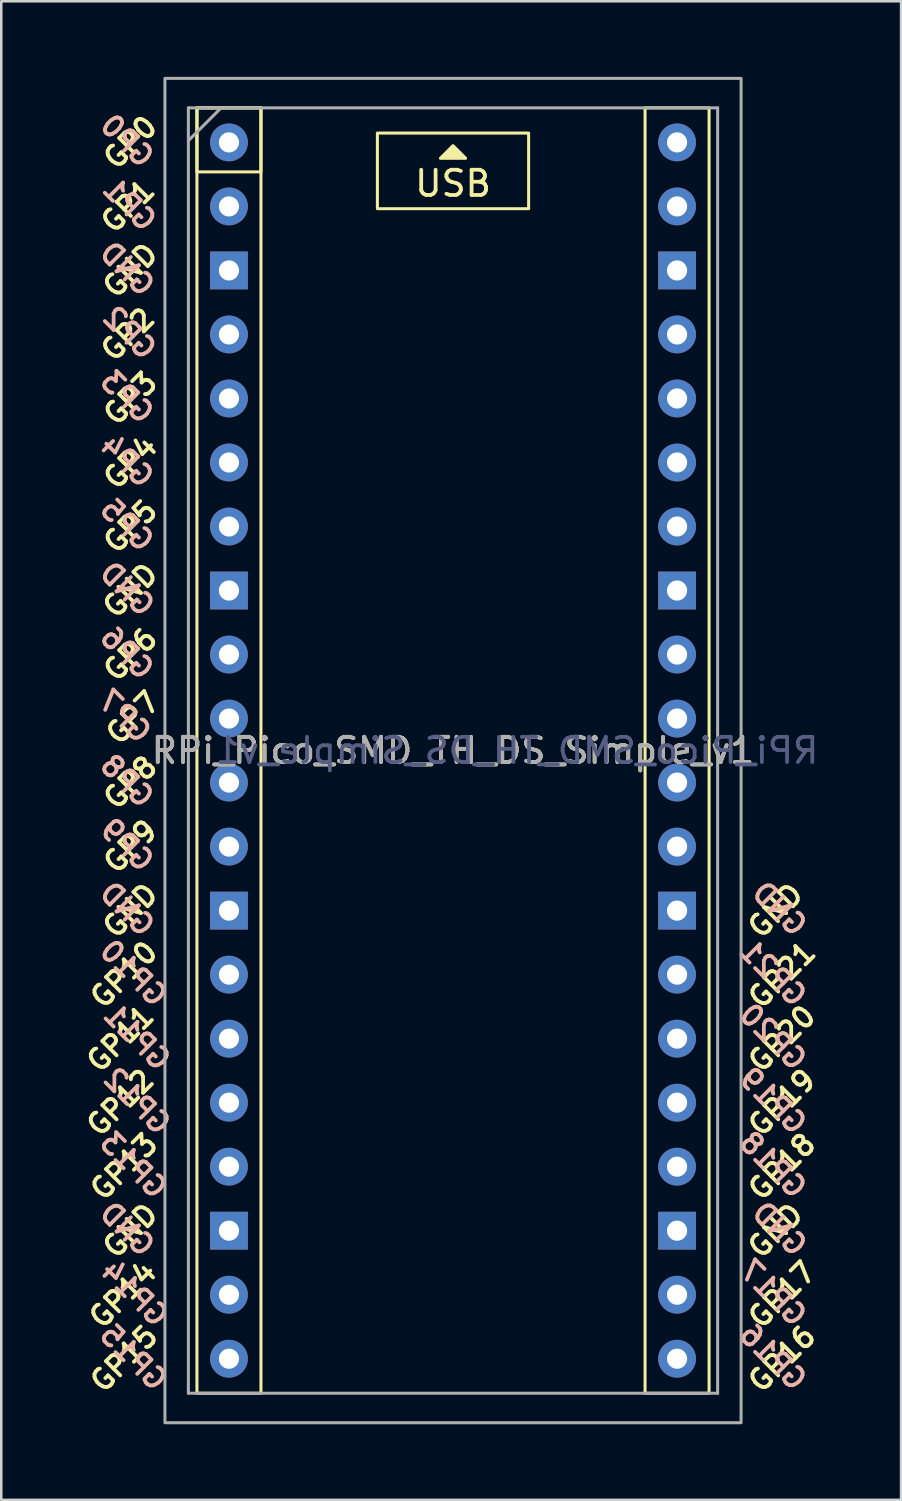
<source format=kicad_pcb>
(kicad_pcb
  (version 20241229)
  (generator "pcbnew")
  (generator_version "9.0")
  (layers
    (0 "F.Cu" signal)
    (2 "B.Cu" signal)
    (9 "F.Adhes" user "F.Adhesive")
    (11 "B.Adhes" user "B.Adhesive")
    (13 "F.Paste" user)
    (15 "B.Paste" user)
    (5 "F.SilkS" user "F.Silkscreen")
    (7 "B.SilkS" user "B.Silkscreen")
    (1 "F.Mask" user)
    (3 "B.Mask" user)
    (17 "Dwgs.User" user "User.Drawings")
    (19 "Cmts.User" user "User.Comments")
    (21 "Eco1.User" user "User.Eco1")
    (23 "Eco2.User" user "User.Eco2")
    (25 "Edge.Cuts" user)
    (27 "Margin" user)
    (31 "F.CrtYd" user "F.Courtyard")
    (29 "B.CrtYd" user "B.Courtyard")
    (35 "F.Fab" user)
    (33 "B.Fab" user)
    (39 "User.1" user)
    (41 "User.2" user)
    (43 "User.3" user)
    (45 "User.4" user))
  (footprint "RPi_Pico_SMD_TH_DS_Simple_v1"
    (layer "F.Cu")
    (at 14.851 26.73)
    (property "Reference" "RPi_Pico_SMD_TH_DS_Simple_v1" (at 0.073 0 0) (layer "F.SilkS") (effects (font (size 1 1) (thickness 0.15))))
    (attr through_hole)
    (fp_rect (start -10.087 -25.5) (end -7.547 -22.96) (stroke (width 0.12) (type default)) (fill no) (layer "F.SilkS"))
    (fp_rect (start -10.087 -25.5) (end -7.547 25.5) (stroke (width 0.12) (type default)) (fill no) (layer "F.SilkS"))
    (fp_rect (start -2.927 -24.5) (end 3.073 -21.5) (stroke (width 0.12) (type solid)) (fill no) (layer "F.SilkS"))
    (fp_rect (start 7.693 -25.5) (end 10.233 25.5) (stroke (width 0.12) (type default)) (fill no) (layer "F.SilkS"))
    (fp_poly (pts (xy 0.573 -23.5) (xy -0.427 -23.5) (xy 0.073 -24)) (stroke (width 0.12) (type solid)) (fill yes) (layer "F.SilkS"))
    (fp_line (start -10.427 -25.5) (end 10.573 -25.5) (stroke (width 0.12) (type solid)) (layer "F.Fab"))
    (fp_line (start -10.427 -24.2) (end -9.127 -25.5) (stroke (width 0.12) (type solid)) (layer "F.Fab"))
    (fp_line (start -10.427 25.5) (end -10.427 -25.5) (stroke (width 0.12) (type solid)) (layer "F.Fab"))
    (fp_line (start 10.573 -25.5) (end 10.573 25.5) (stroke (width 0.12) (type solid)) (layer "F.Fab"))
    (fp_line (start 10.573 25.5) (end -10.427 25.5) (stroke (width 0.12) (type solid)) (layer "F.Fab"))
    (fp_rect (start -11.357 -26.67) (end 11.503 26.67) (stroke (width 0.12) (type solid)) (fill no) (layer "F.Fab"))
    (fp_text user "GP13" (at -12.981 16.51 45) (layer "F.SilkS") (effects (font (size 0.8 0.8) (thickness 0.15))))
    (fp_text user "GP7" (at -12.627 -1.3 45) (layer "F.SilkS") (effects (font (size 0.8 0.8) (thickness 0.15))))
    (fp_text user "GND" (at -12.727 -6.35 45) (layer "F.SilkS") (effects (font (size 0.8 0.8) (thickness 0.15))))
    (fp_text user "GP12" (at -13.127 13.97 45) (layer "F.SilkS") (effects (font (size 0.8 0.8) (thickness 0.15))))
    (fp_text user "GP15" (at -12.981 24.13 45) (layer "F.SilkS") (effects (font (size 0.8 0.8) (thickness 0.15))))
    (fp_text user "GP2" (at -12.827 -16.51 45) (layer "F.SilkS") (effects (font (size 0.8 0.8) (thickness 0.15))))
    (fp_text user "GP0" (at -12.727 -24.13 45) (layer "F.SilkS") (effects (font (size 0.8 0.8) (thickness 0.15))))
    (fp_text user "GP17" (at 13.127 21.59 45) (layer "F.SilkS") (effects (font (size 0.8 0.8) (thickness 0.15))))
    (fp_text user "GP19" (at 13.127 13.97 45) (layer "F.SilkS") (effects (font (size 0.8 0.8) (thickness 0.15))))
    (fp_text user "GND" (at -12.727 19.05 45) (layer "F.SilkS") (effects (font (size 0.8 0.8) (thickness 0.15))))
    (fp_text user "GP10" (at -12.981 8.89 45) (layer "F.SilkS") (effects (font (size 0.8 0.8) (thickness 0.15))))
    (fp_text user "GND" (at -12.727 6.35 45) (layer "F.SilkS") (effects (font (size 0.8 0.8) (thickness 0.15))))
    (fp_text user "GP18" (at 13.127 16.51 45) (layer "F.SilkS") (effects (font (size 0.8 0.8) (thickness 0.15))))
    (fp_text user "GP11" (at -13.127 11.43 45) (layer "F.SilkS") (effects (font (size 0.8 0.8) (thickness 0.15))))
    (fp_text user "GND" (at 12.873 6.35 45) (layer "F.SilkS") (effects (font (size 0.8 0.8) (thickness 0.15))))
    (fp_text user "GP8" (at -12.727 1.27 45) (layer "F.SilkS") (effects (font (size 0.8 0.8) (thickness 0.15))))
    (fp_text user "GP6" (at -12.727 -3.81 45) (layer "F.SilkS") (effects (font (size 0.8 0.8) (thickness 0.15))))
    (fp_text user "GP4" (at -12.727 -11.43 45) (layer "F.SilkS") (effects (font (size 0.8 0.8) (thickness 0.15))))
    (fp_text user "GP9" (at -12.727 3.81 45) (layer "F.SilkS") (effects (font (size 0.8 0.8) (thickness 0.15))))
    (fp_text user "GP14" (at -13.027 21.59 45) (layer "F.SilkS") (effects (font (size 0.8 0.8) (thickness 0.15))))
    (fp_text user "GND" (at 12.873 19.05 45) (layer "F.SilkS") (effects (font (size 0.8 0.8) (thickness 0.15))))
    (fp_text user "USB" (at 0.073 -22.5 0) (unlocked yes) (layer "F.SilkS") (effects (font (size 1 1) (thickness 0.15))))
    (fp_text user "GND" (at -12.727 -19.05 45) (layer "F.SilkS") (effects (font (size 0.8 0.8) (thickness 0.15))))
    (fp_text user "GP21" (at 13.127 8.9 45) (layer "F.SilkS") (effects (font (size 0.8 0.8) (thickness 0.15))))
    (fp_text user "GP20" (at 13.127 11.43 45) (layer "F.SilkS") (effects (font (size 0.8 0.8) (thickness 0.15))))
    (fp_text user "GP3" (at -12.727 -13.97 45) (layer "F.SilkS") (effects (font (size 0.8 0.8) (thickness 0.15))))
    (fp_text user "GP1" (at -12.827 -21.6 45) (layer "F.SilkS") (effects (font (size 0.8 0.8) (thickness 0.15))))
    (fp_text user "GP16" (at 13.127 24.13 45) (layer "F.SilkS") (effects (font (size 0.8 0.8) (thickness 0.15))))
    (fp_text user "GP5" (at -12.727 -8.89 45) (layer "F.SilkS") (effects (font (size 0.8 0.8) (thickness 0.15))))
    (fp_text user "GP20" (at 12.77 11.36 315) (layer "B.SilkS") (effects (font (size 0.8 0.8) (thickness 0.15)) (justify mirror)))
    (fp_text user "GP13" (at -12.606 16.45 315) (layer "B.SilkS") (effects (font (size 0.8 0.8) (thickness 0.15)) (justify mirror)))
    (fp_text user "GP4" (at -12.86 -11.49 315) (layer "B.SilkS") (effects (font (size 0.8 0.8) (thickness 0.15)) (justify mirror)))
    (fp_text user "GND" (at -12.86 -6.41 315) (layer "B.SilkS") (effects (font (size 0.8 0.8) (thickness 0.15)) (justify mirror)))
    (fp_text user "GP3" (at -12.86 -14.03 315) (layer "B.SilkS") (effects (font (size 0.8 0.8) (thickness 0.15)) (justify mirror)))
    (fp_text user "GND" (at 13.024 6.28 315) (layer "B.SilkS") (effects (font (size 0.8 0.8) (thickness 0.15)) (justify mirror)))
    (fp_text user "GP17" (at 12.77 21.52 315) (layer "B.SilkS") (effects (font (size 0.8 0.8) (thickness 0.15)) (justify mirror)))
    (fp_text user "GP21" (at 12.77 8.83 315) (layer "B.SilkS") (effects (font (size 0.8 0.8) (thickness 0.15)) (justify mirror)))
    (fp_text user "GP18" (at 12.77 16.44 315) (layer "B.SilkS") (effects (font (size 0.8 0.8) (thickness 0.15)) (justify mirror)))
    (fp_text user "GP7" (at -12.96 -1.36 315) (layer "B.SilkS") (effects (font (size 0.8 0.8) (thickness 0.15)) (justify mirror)))
    (fp_text user "GP14" (at -12.56 21.53 315) (layer "B.SilkS") (effects (font (size 0.8 0.8) (thickness 0.15)) (justify mirror)))
    (fp_text user "GND" (at -12.86 6.29 315) (layer "B.SilkS") (effects (font (size 0.8 0.8) (thickness 0.15)) (justify mirror)))
    (fp_text user "GND" (at -12.86 -19.11 315) (layer "B.SilkS") (effects (font (size 0.8 0.8) (thickness 0.15)) (justify mirror)))
    (fp_text user "GP2" (at -12.76 -16.57 315) (layer "B.SilkS") (effects (font (size 0.8 0.8) (thickness 0.15)) (justify mirror)))
    (fp_text user "GND" (at -12.86 18.99 315) (layer "B.SilkS") (effects (font (size 0.8 0.8) (thickness 0.15)) (justify mirror)))
    (fp_text user "GP1" (at -12.76 -21.66 315) (layer "B.SilkS") (effects (font (size 0.8 0.8) (thickness 0.15)) (justify mirror)))
    (fp_text user "GP11" (at -12.46 11.37 315) (layer "B.SilkS") (effects (font (size 0.8 0.8) (thickness 0.15)) (justify mirror)))
    (fp_text user "GP5" (at -12.86 -8.95 315) (layer "B.SilkS") (effects (font (size 0.8 0.8) (thickness 0.15)) (justify mirror)))
    (fp_text user "GP6" (at -12.86 -3.87 315) (layer "B.SilkS") (effects (font (size 0.8 0.8) (thickness 0.15)) (justify mirror)))
    (fp_text user "GP9" (at -12.86 3.75 315) (layer "B.SilkS") (effects (font (size 0.8 0.8) (thickness 0.15)) (justify mirror)))
    (fp_text user "GP8" (at -12.86 1.21 315) (layer "B.SilkS") (effects (font (size 0.8 0.8) (thickness 0.15)) (justify mirror)))
    (fp_text user "GP12" (at -12.46 13.91 315) (layer "B.SilkS") (effects (font (size 0.8 0.8) (thickness 0.15)) (justify mirror)))
    (fp_text user "GP19" (at 12.77 13.9 315) (layer "B.SilkS") (effects (font (size 0.8 0.8) (thickness 0.15)) (justify mirror)))
    (fp_text user "GP15" (at -12.606 24.07 315) (layer "B.SilkS") (effects (font (size 0.8 0.8) (thickness 0.15)) (justify mirror)))
    (fp_text user "GP0" (at -12.86 -24.19 315) (layer "B.SilkS") (effects (font (size 0.8 0.8) (thickness 0.15)) (justify mirror)))
    (fp_text user "GP10" (at -12.606 8.83 315) (layer "B.SilkS") (effects (font (size 0.8 0.8) (thickness 0.15)) (justify mirror)))
    (fp_text user "GND" (at 13.024 18.98 315) (layer "B.SilkS") (effects (font (size 0.8 0.8) (thickness 0.15)) (justify mirror)))
    (fp_text user "GP16" (at 12.77 24.06 315) (layer "B.SilkS") (effects (font (size 0.8 0.8) (thickness 0.15)) (justify mirror)))
    (fp_text user "${REFERENCE}" (at 2.613 0 180) (layer "B.Fab") (effects (font (size 1 1) (thickness 0.15)) (justify mirror)))
    (fp_text user "${REFERENCE}" (at 0.073 0 180) (layer "F.Fab") (effects (font (size 1 1) (thickness 0.15))))
    (pad "1" thru_hole circle (at -8.817 -24.13) (size 1.5 1.5) (drill 0.8) (layers "*.Cu" "*.Mask"))
    (pad "2" thru_hole circle (at -8.817 -21.59) (size 1.5 1.5) (drill 0.8) (layers "*.Cu" "*.Mask"))
    (pad "3" thru_hole rect (at -8.817 -19.05) (size 1.5 1.5) (drill 0.8) (layers "*.Cu" "*.Mask"))
    (pad "4" thru_hole circle (at -8.817 -16.51) (size 1.5 1.5) (drill 0.8) (layers "*.Cu" "*.Mask"))
    (pad "5" thru_hole circle (at -8.817 -13.97) (size 1.5 1.5) (drill 0.8) (layers "*.Cu" "*.Mask"))
    (pad "6" thru_hole circle (at -8.817 -11.43) (size 1.5 1.5) (drill 0.8) (layers "*.Cu" "*.Mask"))
    (pad "7" thru_hole circle (at -8.817 -8.89) (size 1.5 1.5) (drill 0.8) (layers "*.Cu" "*.Mask"))
    (pad "8" thru_hole rect (at -8.817 -6.35) (size 1.5 1.5) (drill 0.8) (layers "*.Cu" "*.Mask"))
    (pad "9" thru_hole circle (at -8.817 -3.81) (size 1.5 1.5) (drill 0.8) (layers "*.Cu" "*.Mask"))
    (pad "10" thru_hole circle (at -8.817 -1.27) (size 1.5 1.5) (drill 0.8) (layers "*.Cu" "*.Mask"))
    (pad "11" thru_hole circle (at -8.817 1.27) (size 1.5 1.5) (drill 0.8) (layers "*.Cu" "*.Mask"))
    (pad "12" thru_hole circle (at -8.817 3.81) (size 1.5 1.5) (drill 0.8) (layers "*.Cu" "*.Mask"))
    (pad "13" thru_hole rect (at -8.817 6.35) (size 1.5 1.5) (drill 0.8) (layers "*.Cu" "*.Mask"))
    (pad "14" thru_hole circle (at -8.817 8.89) (size 1.5 1.5) (drill 0.8) (layers "*.Cu" "*.Mask"))
    (pad "15" thru_hole circle (at -8.817 11.43) (size 1.5 1.5) (drill 0.8) (layers "*.Cu" "*.Mask"))
    (pad "16" thru_hole circle (at -8.817 13.97) (size 1.5 1.5) (drill 0.8) (layers "*.Cu" "*.Mask"))
    (pad "17" thru_hole circle (at -8.817 16.51) (size 1.5 1.5) (drill 0.8) (layers "*.Cu" "*.Mask"))
    (pad "18" thru_hole rect (at -8.817 19.05) (size 1.5 1.5) (drill 0.8) (layers "*.Cu" "*.Mask"))
    (pad "19" thru_hole circle (at -8.817 21.59) (size 1.5 1.5) (drill 0.8) (layers "*.Cu" "*.Mask"))
    (pad "20" thru_hole circle (at -8.817 24.13) (size 1.5 1.5) (drill 0.8) (layers "*.Cu" "*.Mask"))
    (pad "21" thru_hole circle (at 8.963 24.13) (size 1.5 1.5) (drill 0.8) (layers "*.Cu" "*.Mask"))
    (pad "22" thru_hole circle (at 8.963 21.59) (size 1.5 1.5) (drill 0.8) (layers "*.Cu" "*.Mask"))
    (pad "23" thru_hole rect (at 8.963 19.05) (size 1.5 1.5) (drill 0.8) (layers "*.Cu" "*.Mask"))
    (pad "24" thru_hole circle (at 8.963 16.51) (size 1.5 1.5) (drill 0.8) (layers "*.Cu" "*.Mask"))
    (pad "25" thru_hole circle (at 8.963 13.97) (size 1.5 1.5) (drill 0.8) (layers "*.Cu" "*.Mask"))
    (pad "26" thru_hole circle (at 8.963 11.43) (size 1.5 1.5) (drill 0.8) (layers "*.Cu" "*.Mask"))
    (pad "27" thru_hole circle (at 8.963 8.89) (size 1.5 1.5) (drill 0.8) (layers "*.Cu" "*.Mask"))
    (pad "28" thru_hole rect (at 8.963 6.35) (size 1.5 1.5) (drill 0.8) (layers "*.Cu" "*.Mask"))
    (pad "29" thru_hole circle (at 8.963 3.81) (size 1.5 1.5) (drill 0.8) (layers "*.Cu" "*.Mask"))
    (pad "30" thru_hole circle (at 8.963 1.27) (size 1.5 1.5) (drill 0.8) (layers "*.Cu" "*.Mask"))
    (pad "31" thru_hole circle (at 8.963 -1.27) (size 1.5 1.5) (drill 0.8) (layers "*.Cu" "*.Mask"))
    (pad "32" thru_hole circle (at 8.963 -3.81) (size 1.5 1.5) (drill 0.8) (layers "*.Cu" "*.Mask"))
    (pad "33" thru_hole rect (at 8.963 -6.35) (size 1.5 1.5) (drill 0.8) (layers "*.Cu" "*.Mask"))
    (pad "34" thru_hole circle (at 8.963 -8.89) (size 1.5 1.5) (drill 0.8) (layers "*.Cu" "*.Mask"))
    (pad "35" thru_hole circle (at 8.963 -11.43) (size 1.5 1.5) (drill 0.8) (layers "*.Cu" "*.Mask"))
    (pad "36" thru_hole circle (at 8.963 -13.97) (size 1.5 1.5) (drill 0.8) (layers "*.Cu" "*.Mask"))
    (pad "37" thru_hole circle (at 8.963 -16.51) (size 1.5 1.5) (drill 0.8) (layers "*.Cu" "*.Mask"))
    (pad "38" thru_hole rect (at 8.963 -19.05) (size 1.5 1.5) (drill 0.8) (layers "*.Cu" "*.Mask"))
    (pad "39" thru_hole circle (at 8.963 -21.59) (size 1.5 1.5) (drill 0.8) (layers "*.Cu" "*.Mask"))
    (pad "40" thru_hole circle (at 8.963 -24.13) (size 1.5 1.5) (drill 0.8) (layers "*.Cu" "*.Mask")))
  (gr_rect
    (start -3 -3)
    (end 32.702 56.46)
    (stroke (width 0.1) (type default))
    (fill no)
    (layer "Edge.Cuts")))
</source>
